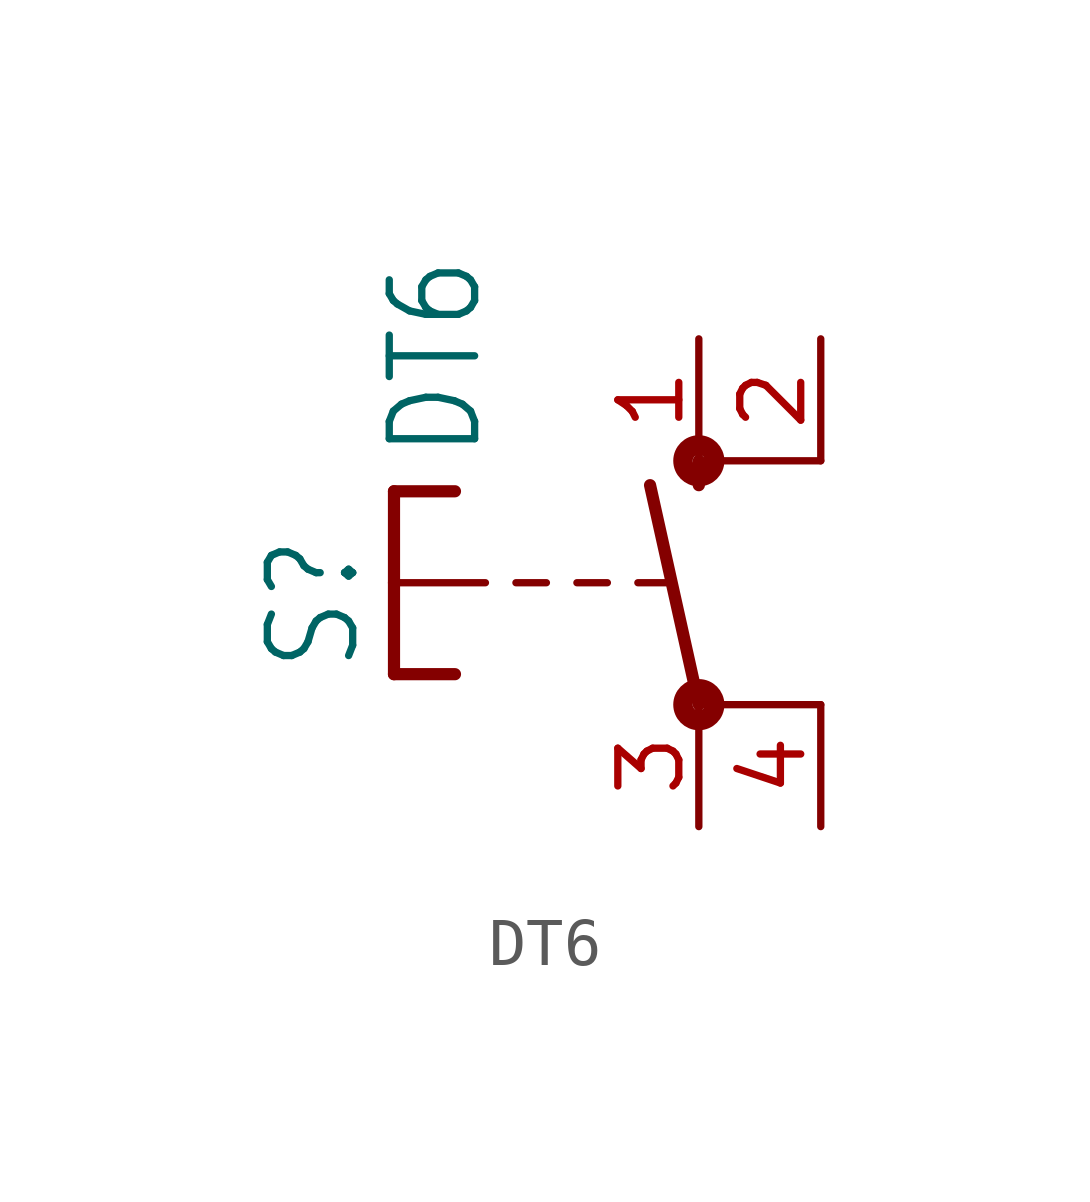
<source format=kicad_sym>
(kicad_symbol_lib
  (version 20211014)
  (generator kicad_symbol_editor)
  (symbol "DT6"
    (property "Reference" "S"
      (at -6.985 -1.905 90)
      (effects (font (size 1.778 1.511)) (justify left bottom)))
    (property "Value" "DT6"
      (at -4.445 2.54 90)
      (effects (font (size 1.778 1.511)) (justify left bottom)))
    (property "ki_locked" ""
      (at 0 0 0)
      (effects (font (size 1.27 1.27))))
    (symbol "DT6_1_0"
      (circle (center 0 -2.54) (radius 0.127) (stroke (width 0.406) (type default) (color 0 0 0 0)) (fill (type none)))
      (polyline (pts (xy -6.35 -1.905) (xy -5.08 -1.905)) (stroke (width 0.254) (type default) (color 0 0 0 0)) (fill (type none)))
      (polyline (pts (xy -6.35 0) (xy -6.35 -1.905)) (stroke (width 0.254) (type default) (color 0 0 0 0)) (fill (type none)))
      (polyline (pts (xy -6.35 0) (xy -4.445 0)) (stroke (width 0.152) (type default) (color 0 0 0 0)) (fill (type none)))
      (polyline (pts (xy -6.35 1.905) (xy -6.35 0)) (stroke (width 0.254) (type default) (color 0 0 0 0)) (fill (type none)))
      (polyline (pts (xy -6.35 1.905) (xy -5.08 1.905)) (stroke (width 0.254) (type default) (color 0 0 0 0)) (fill (type none)))
      (polyline (pts (xy -3.81 0) (xy -3.175 0)) (stroke (width 0.152) (type default) (color 0 0 0 0)) (fill (type none)))
      (polyline (pts (xy -2.54 0) (xy -1.905 0)) (stroke (width 0.152) (type default) (color 0 0 0 0)) (fill (type none)))
      (polyline (pts (xy -1.27 0) (xy -0.635 0)) (stroke (width 0.152) (type default) (color 0 0 0 0)) (fill (type none)))
      (polyline (pts (xy 0 -2.54) (xy -1.016 2.032)) (stroke (width 0.254) (type default) (color 0 0 0 0)) (fill (type none)))
      (polyline (pts (xy 0 2.032) (xy 0 2.54)) (stroke (width 0.254) (type default) (color 0 0 0 0)) (fill (type none)))
      (polyline (pts (xy 2.54 -2.54) (xy 0 -2.54)) (stroke (width 0.152) (type default) (color 0 0 0 0)) (fill (type none)))
      (polyline (pts (xy 2.54 2.54) (xy 0 2.54)) (stroke (width 0.152) (type default) (color 0 0 0 0)) (fill (type none)))
      (circle (center 0 2.54) (radius 0.127) (stroke (width 0.406) (type default) (color 0 0 0 0)) (fill (type none)))
      (pin passive line (at 0 5.08 270) (length 2.54) (name "S" (effects (font (size 0 0)))) (number "1" (effects (font (size 1.27 1.27)))))
      (pin passive line (at 2.54 5.08 270) (length 2.54) (name "S@1" (effects (font (size 0 0)))) (number "2" (effects (font (size 1.27 1.27)))))
      (pin passive line (at 0 -5.08 90) (length 2.54) (name "P" (effects (font (size 0 0)))) (number "3" (effects (font (size 1.27 1.27)))))
      (pin passive line (at 2.54 -5.08 90) (length 2.54) (name "P@1" (effects (font (size 0 0)))) (number "4" (effects (font (size 1.27 1.27))))))))
</source>
